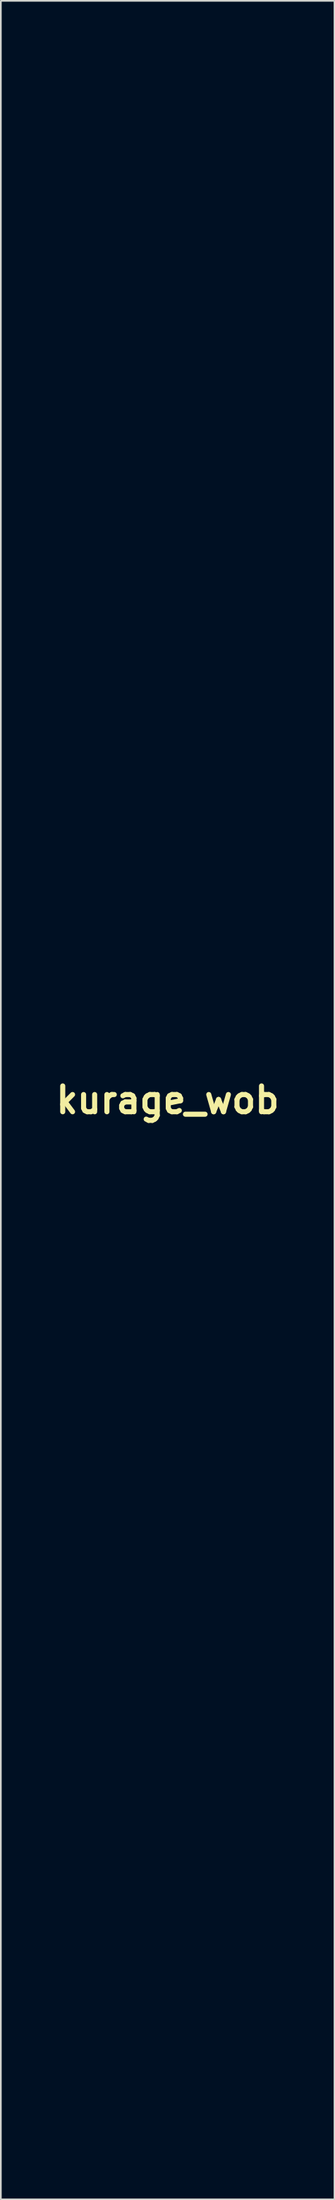
<source format=kicad_pcb>
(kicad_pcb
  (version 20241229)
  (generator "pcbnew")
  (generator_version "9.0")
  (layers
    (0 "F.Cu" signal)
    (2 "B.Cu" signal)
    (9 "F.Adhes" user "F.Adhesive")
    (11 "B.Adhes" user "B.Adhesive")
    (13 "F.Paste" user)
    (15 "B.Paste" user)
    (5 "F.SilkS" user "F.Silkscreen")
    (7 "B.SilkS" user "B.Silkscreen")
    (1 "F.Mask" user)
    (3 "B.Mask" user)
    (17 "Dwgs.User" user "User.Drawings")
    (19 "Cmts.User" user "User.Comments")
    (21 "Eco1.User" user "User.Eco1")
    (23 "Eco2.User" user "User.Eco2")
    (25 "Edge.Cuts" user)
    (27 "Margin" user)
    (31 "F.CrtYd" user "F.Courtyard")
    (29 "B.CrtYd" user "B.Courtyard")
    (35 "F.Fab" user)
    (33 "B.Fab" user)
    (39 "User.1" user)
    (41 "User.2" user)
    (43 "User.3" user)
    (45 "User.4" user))
  (footprint "kurage_wob"
    (layer "F.Cu")
    (at 6.865 61.896)
    (property "Reference" "kurage_wob" (at 0 0 0) (layer "F.SilkS") (effects (font (size 1.524 1.524) (thickness 0.3))))
    (attr through_hole)
    (fp_poly (pts (xy 1.574 -59.61) (xy 1.574 -57.328) (xy 1.528 -57.43) (xy 1.415 -57.647) (xy 1.284 -57.837) (xy 1.133 -58.002) (xy 0.96 -58.145) (xy 0.763 -58.266) (xy 0.539 -58.367) (xy 0.422 -58.41) (xy 0.342 -58.433) (xy 0.239 -58.46) (xy 0.123 -58.486) (xy 0.003 -58.511) (xy -0.11 -58.532) (xy -0.207 -58.547) (xy -0.224 -58.549) (xy -0.322 -58.56) (xy -0.322 -59.233) (xy -0.694 -59.233) (xy -0.694 -57.541) (xy -0.817 -57.592) (xy -0.887 -57.62) (xy -0.965 -57.65) (xy -1.043 -57.679) (xy -1.115 -57.704) (xy -1.174 -57.724) (xy -1.214 -57.737) (xy -1.228 -57.739) (xy -1.235 -57.721) (xy -1.249 -57.678) (xy -1.267 -57.618) (xy -1.287 -57.548) (xy -1.308 -57.476) (xy -1.327 -57.409) (xy -1.341 -57.354) (xy -1.35 -57.319) (xy -1.351 -57.311) (xy -1.334 -57.303) (xy -1.292 -57.287) (xy -1.228 -57.262) (xy -1.15 -57.233) (xy -1.109 -57.218) (xy -0.812 -57.097) (xy -0.523 -56.96) (xy -0.249 -56.811) (xy 0.003 -56.653) (xy 0.163 -56.54) (xy 0.23 -56.49) (xy 0.286 -56.448) (xy 0.326 -56.419) (xy 0.346 -56.405) (xy 0.347 -56.405) (xy 0.36 -56.418) (xy 0.386 -56.451) (xy 0.418 -56.497) (xy 0.452 -56.547) (xy 0.482 -56.592) (xy 0.503 -56.626) (xy 0.508 -56.639) (xy 0.496 -56.658) (xy 0.464 -56.696) (xy 0.416 -56.748) (xy 0.357 -56.808) (xy 0.29 -56.874) (xy 0.222 -56.94) (xy 0.156 -57.001) (xy 0.096 -57.054) (xy 0.059 -57.085) (xy -0.014 -57.142) (xy -0.1 -57.204) (xy -0.18 -57.26) (xy -0.191 -57.267) (xy -0.322 -57.355) (xy -0.322 -58.1) (xy -0.241 -58.09) (xy -0.054 -58.062) (xy 0.113 -58.031) (xy 0.256 -57.999) (xy 0.305 -57.985) (xy 0.419 -57.947) (xy 0.546 -57.895) (xy 0.674 -57.835) (xy 0.793 -57.772) (xy 0.891 -57.711) (xy 0.904 -57.703) (xy 0.994 -57.63) (xy 1.093 -57.537) (xy 1.19 -57.434) (xy 1.277 -57.33) (xy 1.338 -57.245) (xy 1.413 -57.129) (xy 1.494 -57.22) (xy 1.574 -57.311) (xy 1.574 -51.113) (xy 1.574 -44.916) (xy 1.528 -45.018) (xy 1.415 -45.235) (xy 1.284 -45.425) (xy 1.133 -45.59) (xy 0.96 -45.732) (xy 0.763 -45.853) (xy 0.539 -45.955) (xy 0.422 -45.998) (xy 0.342 -46.021) (xy 0.239 -46.047) (xy 0.123 -46.074) (xy 0.003 -46.099) (xy -0.11 -46.12) (xy -0.207 -46.134) (xy -0.224 -46.137) (xy -0.322 -46.148) (xy -0.322 -46.821) (xy -0.694 -46.821) (xy -0.694 -45.975) (xy -0.694 -45.129) (xy -0.817 -45.18) (xy -0.887 -45.208) (xy -0.965 -45.238) (xy -1.043 -45.267) (xy -1.115 -45.292) (xy -1.174 -45.312) (xy -1.214 -45.324) (xy -1.228 -45.327) (xy -1.235 -45.309) (xy -1.249 -45.266) (xy -1.267 -45.206) (xy -1.287 -45.136) (xy -1.308 -45.064) (xy -1.327 -44.997) (xy -1.341 -44.942) (xy -1.35 -44.907) (xy -1.351 -44.898) (xy -1.334 -44.891) (xy -1.292 -44.875) (xy -1.228 -44.85) (xy -1.15 -44.821) (xy -1.109 -44.806) (xy -0.812 -44.685) (xy -0.523 -44.548) (xy -0.249 -44.399) (xy 0.003 -44.241) (xy 0.163 -44.127) (xy 0.23 -44.078) (xy 0.286 -44.036) (xy 0.326 -44.007) (xy 0.346 -43.993) (xy 0.347 -43.993) (xy 0.36 -44.006) (xy 0.386 -44.039) (xy 0.418 -44.085) (xy 0.452 -44.134) (xy 0.482 -44.18) (xy 0.503 -44.214) (xy 0.508 -44.227) (xy 0.496 -44.246) (xy 0.464 -44.284) (xy 0.416 -44.335) (xy 0.357 -44.396) (xy 0.29 -44.462) (xy 0.222 -44.528) (xy 0.156 -44.589) (xy 0.096 -44.642) (xy 0.059 -44.673) (xy -0.014 -44.729) (xy -0.1 -44.792) (xy -0.18 -44.848) (xy -0.191 -44.855) (xy -0.322 -44.943) (xy -0.322 -45.688) (xy -0.241 -45.677) (xy -0.054 -45.65) (xy 0.113 -45.619) (xy 0.256 -45.587) (xy 0.305 -45.573) (xy 0.419 -45.535) (xy 0.546 -45.483) (xy 0.674 -45.423) (xy 0.793 -45.36) (xy 0.891 -45.299) (xy 0.904 -45.29) (xy 0.994 -45.218) (xy 1.093 -45.125) (xy 1.19 -45.022) (xy 1.277 -44.918) (xy 1.338 -44.833) (xy 1.413 -44.716) (xy 1.494 -44.808) (xy 1.574 -44.899) (xy 1.574 -38.693) (xy 1.574 -32.487) (xy 1.528 -32.588) (xy 1.415 -32.806) (xy 1.284 -32.996) (xy 1.133 -33.161) (xy 0.96 -33.303) (xy 0.763 -33.424) (xy 0.539 -33.526) (xy 0.422 -33.569) (xy 0.342 -33.592) (xy 0.239 -33.618) (xy 0.123 -33.645) (xy 0.003 -33.67) (xy -0.11 -33.691) (xy -0.207 -33.705) (xy -0.224 -33.708) (xy -0.322 -33.719) (xy -0.322 -34.392) (xy -0.694 -34.392) (xy -0.694 -32.7) (xy -0.817 -32.751) (xy -0.887 -32.779) (xy -0.965 -32.809) (xy -1.043 -32.838) (xy -1.115 -32.863) (xy -1.174 -32.883) (xy -1.214 -32.895) (xy -1.228 -32.898) (xy -1.235 -32.88) (xy -1.249 -32.837) (xy -1.267 -32.777) (xy -1.287 -32.707) (xy -1.308 -32.635) (xy -1.327 -32.568) (xy -1.341 -32.513) (xy -1.35 -32.478) (xy -1.351 -32.469) (xy -1.334 -32.462) (xy -1.292 -32.445) (xy -1.228 -32.421) (xy -1.15 -32.392) (xy -1.109 -32.376) (xy -0.812 -32.256) (xy -0.523 -32.119) (xy -0.249 -31.97) (xy 0.003 -31.812) (xy 0.163 -31.698) (xy 0.23 -31.649) (xy 0.286 -31.607) (xy 0.326 -31.578) (xy 0.346 -31.564) (xy 0.347 -31.564) (xy 0.36 -31.577) (xy 0.386 -31.61) (xy 0.418 -31.656) (xy 0.452 -31.705) (xy 0.482 -31.751) (xy 0.503 -31.785) (xy 0.508 -31.798) (xy 0.496 -31.817) (xy 0.464 -31.855) (xy 0.416 -31.906) (xy 0.357 -31.967) (xy 0.29 -32.033) (xy 0.222 -32.099) (xy 0.156 -32.16) (xy 0.096 -32.213) (xy 0.059 -32.244) (xy -0.014 -32.3) (xy -0.1 -32.363) (xy -0.18 -32.419) (xy -0.191 -32.426) (xy -0.322 -32.514) (xy -0.322 -33.259) (xy -0.241 -33.248) (xy -0.054 -33.221) (xy 0.113 -33.19) (xy 0.256 -33.157) (xy 0.305 -33.144) (xy 0.419 -33.106) (xy 0.546 -33.054) (xy 0.674 -32.994) (xy 0.793 -32.931) (xy 0.891 -32.87) (xy 0.904 -32.861) (xy 0.994 -32.789) (xy 1.093 -32.696) (xy 1.19 -32.593) (xy 1.277 -32.489) (xy 1.338 -32.404) (xy 1.413 -32.287) (xy 1.494 -32.379) (xy 1.574 -32.47) (xy 1.574 -26.272) (xy 1.574 -20.074) (xy 1.528 -20.176) (xy 1.415 -20.393) (xy 1.284 -20.584) (xy 1.133 -20.749) (xy 0.96 -20.891) (xy 0.763 -21.012) (xy 0.539 -21.114) (xy 0.422 -21.156) (xy 0.342 -21.18) (xy 0.239 -21.206) (xy 0.123 -21.233) (xy 0.003 -21.258) (xy -0.11 -21.279) (xy -0.207 -21.293) (xy -0.224 -21.295) (xy -0.322 -21.307) (xy -0.322 -21.979) (xy -0.694 -21.979) (xy -0.694 -20.288) (xy -0.817 -20.339) (xy -0.887 -20.367) (xy -0.965 -20.397) (xy -1.043 -20.426) (xy -1.115 -20.451) (xy -1.174 -20.471) (xy -1.214 -20.483) (xy -1.228 -20.485) (xy -1.235 -20.467) (xy -1.249 -20.425) (xy -1.267 -20.365) (xy -1.287 -20.295) (xy -1.308 -20.223) (xy -1.327 -20.156) (xy -1.341 -20.101) (xy -1.35 -20.066) (xy -1.351 -20.057) (xy -1.334 -20.05) (xy -1.292 -20.033) (xy -1.228 -20.009) (xy -1.15 -19.98) (xy -1.109 -19.964) (xy -0.812 -19.844) (xy -0.523 -19.707) (xy -0.249 -19.558) (xy 0.003 -19.4) (xy 0.163 -19.286) (xy 0.23 -19.236) (xy 0.286 -19.195) (xy 0.326 -19.166) (xy 0.346 -19.152) (xy 0.347 -19.152) (xy 0.36 -19.165) (xy 0.386 -19.198) (xy 0.418 -19.243) (xy 0.452 -19.293) (xy 0.482 -19.339) (xy 0.503 -19.373) (xy 0.508 -19.385) (xy 0.496 -19.405) (xy 0.464 -19.443) (xy 0.416 -19.494) (xy 0.357 -19.555) (xy 0.29 -19.621) (xy 0.222 -19.687) (xy 0.156 -19.748) (xy 0.096 -19.801) (xy 0.059 -19.832) (xy -0.014 -19.888) (xy -0.1 -19.951) (xy -0.18 -20.007) (xy -0.191 -20.014) (xy -0.322 -20.102) (xy -0.322 -20.847) (xy -0.241 -20.836) (xy -0.054 -20.808) (xy 0.113 -20.778) (xy 0.256 -20.745) (xy 0.305 -20.732) (xy 0.419 -20.694) (xy 0.546 -20.642) (xy 0.674 -20.582) (xy 0.793 -20.519) (xy 0.891 -20.458) (xy 0.904 -20.449) (xy 0.994 -20.376) (xy 1.093 -20.284) (xy 1.19 -20.181) (xy 1.277 -20.077) (xy 1.338 -19.992) (xy 1.413 -19.875) (xy 1.494 -19.966) (xy 1.574 -20.058) (xy 1.574 -13.86) (xy 1.574 -7.662) (xy 1.528 -7.764) (xy 1.415 -7.981) (xy 1.284 -8.172) (xy 1.133 -8.337) (xy 0.96 -8.479) (xy 0.763 -8.6) (xy 0.539 -8.702) (xy 0.422 -8.744) (xy 0.342 -8.768) (xy 0.239 -8.794) (xy 0.123 -8.821) (xy 0.003 -8.846) (xy -0.11 -8.866) (xy -0.207 -8.881) (xy -0.224 -8.883) (xy -0.322 -8.895) (xy -0.322 -9.567) (xy -0.694 -9.567) (xy -0.694 -7.876) (xy -0.817 -7.927) (xy -0.887 -7.955) (xy -0.965 -7.985) (xy -1.043 -8.013) (xy -1.115 -8.039) (xy -1.174 -8.059) (xy -1.214 -8.071) (xy -1.228 -8.073) (xy -1.235 -8.055) (xy -1.249 -8.013) (xy -1.267 -7.953) (xy -1.287 -7.883) (xy -1.308 -7.811) (xy -1.327 -7.744) (xy -1.341 -7.689) (xy -1.35 -7.654) (xy -1.351 -7.645) (xy -1.334 -7.638) (xy -1.292 -7.621) (xy -1.228 -7.597) (xy -1.15 -7.568) (xy -1.109 -7.552) (xy -0.812 -7.432) (xy -0.523 -7.295) (xy -0.249 -7.146) (xy 0.003 -6.988) (xy 0.163 -6.874) (xy 0.23 -6.824) (xy 0.286 -6.783) (xy 0.326 -6.753) (xy 0.346 -6.74) (xy 0.347 -6.739) (xy 0.36 -6.752) (xy 0.386 -6.786) (xy 0.418 -6.831) (xy 0.452 -6.881) (xy 0.482 -6.927) (xy 0.503 -6.961) (xy 0.508 -6.973) (xy 0.496 -6.993) (xy 0.464 -7.03) (xy 0.416 -7.082) (xy 0.357 -7.143) (xy 0.29 -7.209) (xy 0.222 -7.274) (xy 0.156 -7.336) (xy 0.096 -7.389) (xy 0.059 -7.419) (xy -0.014 -7.476) (xy -0.1 -7.539) (xy -0.18 -7.595) (xy -0.191 -7.602) (xy -0.322 -7.689) (xy -0.322 -8.435) (xy -0.241 -8.424) (xy -0.054 -8.396) (xy 0.113 -8.366) (xy 0.256 -8.333) (xy 0.305 -8.32) (xy 0.419 -8.281) (xy 0.546 -8.23) (xy 0.674 -8.17) (xy 0.793 -8.107) (xy 0.891 -8.046) (xy 0.904 -8.037) (xy 0.994 -7.964) (xy 1.093 -7.872) (xy 1.19 -7.769) (xy 1.277 -7.665) (xy 1.338 -7.58) (xy 1.413 -7.463) (xy 1.494 -7.554) (xy 1.574 -7.645) (xy 1.574 -1.439) (xy 1.574 4.767) (xy 1.528 4.665) (xy 1.415 4.448) (xy 1.284 4.257) (xy 1.133 4.092) (xy 0.96 3.95) (xy 0.763 3.829) (xy 0.539 3.727) (xy 0.422 3.685) (xy 0.342 3.661) (xy 0.239 3.635) (xy 0.123 3.608) (xy 0.003 3.584) (xy -0.11 3.563) (xy -0.207 3.548) (xy -0.224 3.546) (xy -0.322 3.534) (xy -0.322 2.862) (xy -0.694 2.862) (xy -0.694 4.553) (xy -0.817 4.502) (xy -0.887 4.474) (xy -0.965 4.444) (xy -1.043 4.416) (xy -1.115 4.39) (xy -1.174 4.37) (xy -1.214 4.358) (xy -1.228 4.356) (xy -1.235 4.374) (xy -1.249 4.416) (xy -1.267 4.476) (xy -1.287 4.546) (xy -1.308 4.618) (xy -1.327 4.685) (xy -1.341 4.74) (xy -1.35 4.775) (xy -1.351 4.784) (xy -1.334 4.791) (xy -1.292 4.808) (xy -1.228 4.832) (xy -1.15 4.862) (xy -1.109 4.877) (xy -0.812 4.997) (xy -0.523 5.134) (xy -0.249 5.284) (xy 0.003 5.441) (xy 0.163 5.555) (xy 0.23 5.605) (xy 0.286 5.646) (xy 0.326 5.676) (xy 0.346 5.689) (xy 0.347 5.69) (xy 0.36 5.677) (xy 0.386 5.643) (xy 0.418 5.598) (xy 0.452 5.548) (xy 0.482 5.502) (xy 0.503 5.468) (xy 0.508 5.456) (xy 0.496 5.436) (xy 0.464 5.399) (xy 0.416 5.347) (xy 0.357 5.286) (xy 0.29 5.221) (xy 0.222 5.155) (xy 0.156 5.093) (xy 0.096 5.04) (xy 0.059 5.01) (xy -0.014 4.953) (xy -0.1 4.89) (xy -0.18 4.834) (xy -0.191 4.827) (xy -0.322 4.74) (xy -0.322 3.994) (xy -0.241 4.005) (xy -0.054 4.033) (xy 0.113 4.063) (xy 0.256 4.096) (xy 0.305 4.109) (xy 0.419 4.148) (xy 0.546 4.199) (xy 0.674 4.259) (xy 0.793 4.323) (xy 0.891 4.383) (xy 0.904 4.392) (xy 0.994 4.465) (xy 1.093 4.558) (xy 1.19 4.661) (xy 1.277 4.764) (xy 1.338 4.85) (xy 1.413 4.966) (xy 1.574 4.784) (xy 1.574 10.981) (xy 1.574 17.179) (xy 1.528 17.077) (xy 1.415 16.86) (xy 1.284 16.67) (xy 1.133 16.504) (xy 0.96 16.362) (xy 0.763 16.241) (xy 0.539 16.139) (xy 0.422 16.097) (xy 0.342 16.073) (xy 0.239 16.047) (xy 0.123 16.02) (xy 0.003 15.996) (xy -0.11 15.975) (xy -0.207 15.96) (xy -0.224 15.958) (xy -0.322 15.947) (xy -0.322 15.274) (xy -0.694 15.274) (xy -0.694 16.965) (xy -0.817 16.915) (xy -0.887 16.886) (xy -0.965 16.857) (xy -1.043 16.828) (xy -1.115 16.802) (xy -1.174 16.782) (xy -1.214 16.77) (xy -1.228 16.768) (xy -1.235 16.786) (xy -1.249 16.829) (xy -1.267 16.889) (xy -1.287 16.958) (xy -1.308 17.03) (xy -1.327 17.098) (xy -1.341 17.152) (xy -1.35 17.187) (xy -1.351 17.196) (xy -1.334 17.203) (xy -1.292 17.22) (xy -1.228 17.244) (xy -1.15 17.274) (xy -1.109 17.289) (xy -0.812 17.41) (xy -0.523 17.546) (xy -0.249 17.696) (xy 0.003 17.854) (xy 0.163 17.967) (xy 0.23 18.017) (xy 0.286 18.058) (xy 0.326 18.088) (xy 0.346 18.101) (xy 0.347 18.102) (xy 0.36 18.089) (xy 0.386 18.055) (xy 0.418 18.01) (xy 0.452 17.96) (xy 0.482 17.914) (xy 0.503 17.881) (xy 0.508 17.868) (xy 0.496 17.848) (xy 0.464 17.811) (xy 0.416 17.759) (xy 0.357 17.698) (xy 0.29 17.633) (xy 0.222 17.567) (xy 0.156 17.505) (xy 0.096 17.452) (xy 0.059 17.422) (xy -0.014 17.365) (xy -0.1 17.302) (xy -0.18 17.246) (xy -0.191 17.239) (xy -0.322 17.152) (xy -0.322 16.406) (xy -0.241 16.417) (xy -0.054 16.445) (xy 0.113 16.476) (xy 0.256 16.508) (xy 0.305 16.521) (xy 0.419 16.56) (xy 0.546 16.612) (xy 0.674 16.672) (xy 0.793 16.735) (xy 0.891 16.796) (xy 0.904 16.804) (xy 0.994 16.877) (xy 1.093 16.97) (xy 1.19 17.073) (xy 1.277 17.176) (xy 1.338 17.262) (xy 1.413 17.378) (xy 1.494 17.287) (xy 1.574 17.196) (xy 1.574 23.393) (xy 1.574 29.591) (xy 1.528 29.489) (xy 1.415 29.272) (xy 1.284 29.082) (xy 1.133 28.916) (xy 0.96 28.774) (xy 0.763 28.653) (xy 0.539 28.552) (xy 0.422 28.509) (xy 0.342 28.485) (xy 0.239 28.459) (xy 0.123 28.433) (xy 0.003 28.408) (xy -0.11 28.387) (xy -0.207 28.372) (xy -0.224 28.37) (xy -0.322 28.359) (xy -0.322 27.686) (xy -0.694 27.686) (xy -0.694 29.377) (xy -0.817 29.327) (xy -0.887 29.298) (xy -0.965 29.269) (xy -1.043 29.24) (xy -1.115 29.214) (xy -1.174 29.194) (xy -1.214 29.182) (xy -1.228 29.18) (xy -1.235 29.198) (xy -1.249 29.241) (xy -1.267 29.301) (xy -1.287 29.37) (xy -1.308 29.442) (xy -1.327 29.51) (xy -1.341 29.564) (xy -1.35 29.599) (xy -1.351 29.608) (xy -1.334 29.615) (xy -1.292 29.632) (xy -1.228 29.656) (xy -1.15 29.686) (xy -1.109 29.701) (xy -0.812 29.822) (xy -0.523 29.959) (xy -0.249 30.108) (xy 0.003 30.266) (xy 0.163 30.379) (xy 0.23 30.429) (xy 0.286 30.471) (xy 0.326 30.5) (xy 0.346 30.513) (xy 0.347 30.514) (xy 0.36 30.501) (xy 0.386 30.468) (xy 0.418 30.422) (xy 0.452 30.372) (xy 0.482 30.326) (xy 0.503 30.293) (xy 0.508 30.28) (xy 0.496 30.261) (xy 0.464 30.223) (xy 0.416 30.171) (xy 0.357 30.11) (xy 0.29 30.045) (xy 0.222 29.979) (xy 0.156 29.917) (xy 0.096 29.865) (xy 0.059 29.834) (xy -0.014 29.777) (xy -0.1 29.715) (xy -0.18 29.658) (xy -0.191 29.652) (xy -0.322 29.564) (xy -0.322 28.818) (xy -0.241 28.829) (xy -0.054 28.857) (xy 0.113 28.888) (xy 0.256 28.92) (xy 0.305 28.933) (xy 0.419 28.972) (xy 0.546 29.024) (xy 0.674 29.084) (xy 0.793 29.147) (xy 0.891 29.208) (xy 0.904 29.216) (xy 0.994 29.289) (xy 1.093 29.382) (xy 1.19 29.485) (xy 1.277 29.589) (xy 1.338 29.674) (xy 1.413 29.79) (xy 1.494 29.699) (xy 1.574 29.608) (xy 1.574 35.806) (xy 1.574 42.003) (xy 1.528 41.901) (xy 1.415 41.684) (xy 1.284 41.494) (xy 1.133 41.329) (xy 0.96 41.186) (xy 0.763 41.065) (xy 0.539 40.964) (xy 0.422 40.921) (xy 0.342 40.898) (xy 0.239 40.871) (xy 0.123 40.845) (xy 0.003 40.82) (xy -0.11 40.799) (xy -0.207 40.784) (xy -0.224 40.782) (xy -0.322 40.771) (xy -0.322 40.098) (xy -0.694 40.098) (xy -0.694 41.79) (xy -0.817 41.739) (xy -0.887 41.711) (xy -0.965 41.681) (xy -1.043 41.652) (xy -1.115 41.627) (xy -1.174 41.606) (xy -1.214 41.594) (xy -1.228 41.592) (xy -1.235 41.61) (xy -1.249 41.653) (xy -1.267 41.713) (xy -1.287 41.782) (xy -1.308 41.855) (xy -1.327 41.922) (xy -1.341 41.977) (xy -1.35 42.012) (xy -1.351 42.02) (xy -1.334 42.028) (xy -1.292 42.044) (xy -1.228 42.068) (xy -1.15 42.098) (xy -1.109 42.113) (xy -0.812 42.234) (xy -0.523 42.371) (xy -0.249 42.52) (xy 0.003 42.678) (xy 0.163 42.791) (xy 0.23 42.841) (xy 0.286 42.883) (xy 0.326 42.912) (xy 0.346 42.926) (xy 0.347 42.926) (xy 0.36 42.913) (xy 0.386 42.88) (xy 0.418 42.834) (xy 0.452 42.784) (xy 0.482 42.739) (xy 0.503 42.705) (xy 0.508 42.692) (xy 0.496 42.673) (xy 0.464 42.635) (xy 0.416 42.583) (xy 0.357 42.523) (xy 0.29 42.457) (xy 0.222 42.391) (xy 0.156 42.329) (xy 0.096 42.277) (xy 0.059 42.246) (xy -0.014 42.189) (xy -0.1 42.127) (xy -0.18 42.071) (xy -0.191 42.064) (xy -0.322 41.976) (xy -0.322 41.231) (xy -0.241 41.241) (xy -0.054 41.269) (xy 0.113 41.3) (xy 0.256 41.332) (xy 0.305 41.346) (xy 0.419 41.384) (xy 0.546 41.436) (xy 0.674 41.496) (xy 0.793 41.559) (xy 0.891 41.62) (xy 0.904 41.628) (xy 0.994 41.701) (xy 1.093 41.794) (xy 1.19 41.897) (xy 1.277 42.001) (xy 1.338 42.086) (xy 1.413 42.202) (xy 1.494 42.111) (xy 1.574 42.02) (xy 1.574 48.226) (xy 1.574 54.432) (xy 1.528 54.33) (xy 1.415 54.113) (xy 1.284 53.923) (xy 1.133 53.758) (xy 0.96 53.615) (xy 0.763 53.494) (xy 0.539 53.393) (xy 0.422 53.35) (xy 0.342 53.327) (xy 0.239 53.3) (xy 0.123 53.274) (xy 0.003 53.249) (xy -0.11 53.228) (xy -0.207 53.213) (xy -0.224 53.211) (xy -0.322 53.2) (xy -0.322 52.527) (xy -0.694 52.527) (xy -0.694 54.219) (xy -0.817 54.168) (xy -0.887 54.14) (xy -0.965 54.11) (xy -1.043 54.081) (xy -1.115 54.056) (xy -1.174 54.036) (xy -1.214 54.023) (xy -1.228 54.021) (xy -1.235 54.039) (xy -1.249 54.082) (xy -1.267 54.142) (xy -1.287 54.212) (xy -1.308 54.284) (xy -1.327 54.351) (xy -1.341 54.406) (xy -1.35 54.441) (xy -1.351 54.449) (xy -1.334 54.457) (xy -1.292 54.473) (xy -1.228 54.498) (xy -1.15 54.527) (xy -1.109 54.542) (xy -0.812 54.663) (xy -0.523 54.8) (xy -0.249 54.949) (xy 0.003 55.107) (xy 0.163 55.22) (xy 0.23 55.27) (xy 0.286 55.312) (xy 0.326 55.341) (xy 0.346 55.355) (xy 0.347 55.355) (xy 0.36 55.342) (xy 0.386 55.309) (xy 0.418 55.263) (xy 0.452 55.213) (xy 0.482 55.168) (xy 0.503 55.134) (xy 0.508 55.121) (xy 0.496 55.102) (xy 0.464 55.064) (xy 0.416 55.012) (xy 0.357 54.952) (xy 0.29 54.886) (xy 0.222 54.82) (xy 0.156 54.759) (xy 0.096 54.706) (xy 0.059 54.675) (xy -0.014 54.618) (xy -0.1 54.556) (xy -0.18 54.5) (xy -0.191 54.493) (xy -0.322 54.405) (xy -0.322 53.66) (xy -0.241 53.67) (xy -0.054 53.698) (xy 0.113 53.729) (xy 0.256 53.761) (xy 0.305 53.775) (xy 0.419 53.813) (xy 0.546 53.865) (xy 0.674 53.925) (xy 0.793 53.988) (xy 0.891 54.049) (xy 0.904 54.057) (xy 0.994 54.13) (xy 1.093 54.223) (xy 1.19 54.326) (xy 1.277 54.43) (xy 1.338 54.515) (xy 1.413 54.631) (xy 1.494 54.54) (xy 1.574 54.449) (xy 1.575 58.17) (xy 1.575 61.891) (xy 0.217 61.891) (xy 0.286 61.811) (xy 0.354 61.731) (xy 0.31 61.655) (xy 0.204 61.496) (xy 0.072 61.336) (xy -0.081 61.181) (xy -0.248 61.038) (xy -0.324 60.981) (xy -0.457 60.884) (xy -0.457 59.805) (xy -0.368 59.817) (xy -0.248 59.841) (xy -0.111 59.879) (xy 0.031 59.929) (xy 0.166 59.987) (xy 0.168 59.988) (xy 0.403 60.117) (xy 0.622 60.275) (xy 0.823 60.459) (xy 1.002 60.665) (xy 1.156 60.891) (xy 1.284 61.134) (xy 1.297 61.164) (xy 1.378 61.351) (xy 1.565 61.164) (xy 1.495 60.955) (xy 1.39 60.675) (xy 1.268 60.424) (xy 1.13 60.201) (xy 0.973 60.006) (xy 0.797 59.836) (xy 0.601 59.691) (xy 0.384 59.571) (xy 0.145 59.472) (xy 0.113 59.461) (xy -0.106 59.397) (xy -0.311 59.356) (xy -0.511 59.337) (xy -0.608 59.334) (xy -0.813 59.334) (xy -0.813 60.635) (xy -1.009 60.55) (xy -1.083 60.519) (xy -1.145 60.493) (xy -1.19 60.477) (xy -1.21 60.471) (xy -1.21 60.471) (xy -1.221 60.493) (xy -1.239 60.538) (xy -1.26 60.599) (xy -1.283 60.669) (xy -1.305 60.741) (xy -1.324 60.806) (xy -1.337 60.857) (xy -1.343 60.888) (xy -1.342 60.893) (xy -1.323 60.904) (xy -1.278 60.926) (xy -1.216 60.955) (xy -1.142 60.989) (xy -1.14 60.99) (xy -0.808 61.156) (xy -0.49 61.346) (xy -0.191 61.558) (xy 0.082 61.787) (xy 0.093 61.797) (xy 0.195 61.891) (xy -0.682 61.891) (xy -1.558 61.891) (xy -1.558 58.488) (xy -0.44 58.488) (xy -0.085 58.488) (xy -0.085 57.48) (xy -0.085 57.27) (xy -0.084 57.091) (xy -0.084 56.941) (xy -0.083 56.818) (xy -0.082 56.718) (xy -0.081 56.639) (xy -0.079 56.579) (xy -0.076 56.536) (xy -0.073 56.506) (xy -0.069 56.487) (xy -0.064 56.477) (xy -0.059 56.473) (xy -0.055 56.473) (xy -0.011 56.479) (xy 0.054 56.495) (xy 0.132 56.519) (xy 0.213 56.548) (xy 0.289 56.578) (xy 0.318 56.591) (xy 0.514 56.701) (xy 0.7 56.841) (xy 0.872 57.01) (xy 1.028 57.203) (xy 1.167 57.42) (xy 1.286 57.657) (xy 1.314 57.723) (xy 1.343 57.794) (xy 1.368 57.852) (xy 1.385 57.891) (xy 1.392 57.904) (xy 1.407 57.897) (xy 1.437 57.871) (xy 1.474 57.835) (xy 1.549 57.759) (xy 1.509 57.603) (xy 1.443 57.387) (xy 1.357 57.173) (xy 1.256 56.971) (xy 1.144 56.789) (xy 1.116 56.75) (xy 0.963 56.567) (xy 0.789 56.406) (xy 0.598 56.267) (xy 0.394 56.154) (xy 0.18 56.067) (xy -0.039 56.011) (xy -0.25 55.986) (xy -0.44 55.977) (xy -0.44 58.488) (xy -1.558 58.488) (xy -1.558 56.286) (xy -1.185 56.286) (xy -1.185 58.217) (xy -0.83 58.217) (xy -0.83 56.286) (xy -1.185 56.286) (xy -1.558 56.286) (xy -1.558 53.094) (xy -1.34 53.094) (xy -1.165 53.308) (xy -1.078 53.226) (xy -1.019 53.175) (xy -0.947 53.117) (xy -0.877 53.064) (xy -0.872 53.061) (xy -0.818 53.023) (xy -0.775 52.993) (xy -0.75 52.975) (xy -0.747 52.973) (xy -0.752 52.957) (xy -0.773 52.922) (xy -0.806 52.874) (xy -0.846 52.821) (xy -0.868 52.793) (xy -0.906 52.745) (xy -1.025 52.829) (xy -1.097 52.883) (xy -1.174 52.945) (xy -1.239 53.002) (xy -1.241 53.004) (xy -1.34 53.094) (xy -1.558 53.094) (xy -1.558 52.69) (xy -1.517 52.69) (xy -1.503 52.713) (xy -1.475 52.754) (xy -1.437 52.803) (xy -1.437 52.804) (xy -1.365 52.897) (xy -1.248 52.796) (xy -1.18 52.74) (xy -1.107 52.681) (xy -1.042 52.633) (xy -1.032 52.626) (xy -0.933 52.556) (xy -0.983 52.486) (xy -1.02 52.436) (xy -1.055 52.39) (xy -1.066 52.375) (xy -1.098 52.333) (xy -1.188 52.396) (xy -1.256 52.445) (xy -1.325 52.499) (xy -1.39 52.554) (xy -1.447 52.605) (xy -1.49 52.649) (xy -1.514 52.679) (xy -1.517 52.69) (xy -1.558 52.69) (xy -1.558 48.459) (xy -1.343 48.459) (xy -1.342 48.464) (xy -1.323 48.475) (xy -1.278 48.497) (xy -1.216 48.526) (xy -1.142 48.56) (xy -1.14 48.561) (xy -0.894 48.681) (xy -0.652 48.816) (xy -0.422 48.962) (xy -0.208 49.115) (xy -0.017 49.271) (xy 0.093 49.374) (xy 0.14 49.42) (xy 0.178 49.455) (xy 0.2 49.474) (xy 0.203 49.476) (xy 0.217 49.464) (xy 0.246 49.433) (xy 0.283 49.389) (xy 0.354 49.301) (xy 0.31 49.225) (xy 0.205 49.069) (xy 0.075 48.91) (xy -0.076 48.756) (xy -0.242 48.614) (xy -0.324 48.552) (xy -0.457 48.455) (xy -0.457 47.376) (xy -0.368 47.388) (xy -0.248 47.412) (xy -0.111 47.45) (xy 0.031 47.5) (xy 0.166 47.558) (xy 0.168 47.558) (xy 0.403 47.688) (xy 0.622 47.846) (xy 0.823 48.03) (xy 1.002 48.236) (xy 1.156 48.462) (xy 1.284 48.705) (xy 1.297 48.735) (xy 1.378 48.922) (xy 1.472 48.829) (xy 1.565 48.735) (xy 1.495 48.526) (xy 1.39 48.246) (xy 1.268 47.995) (xy 1.13 47.772) (xy 0.973 47.577) (xy 0.797 47.407) (xy 0.601 47.262) (xy 0.384 47.141) (xy 0.145 47.043) (xy 0.113 47.032) (xy -0.106 46.968) (xy -0.311 46.927) (xy -0.511 46.908) (xy -0.608 46.905) (xy -0.813 46.905) (xy -0.813 48.206) (xy -1.009 48.121) (xy -1.083 48.09) (xy -1.145 48.064) (xy -1.19 48.048) (xy -1.21 48.042) (xy -1.21 48.042) (xy -1.221 48.064) (xy -1.239 48.109) (xy -1.26 48.17) (xy -1.283 48.24) (xy -1.305 48.312) (xy -1.324 48.377) (xy -1.337 48.428) (xy -1.343 48.459) (xy -1.558 48.459) (xy -1.558 46.059) (xy -0.44 46.059) (xy -0.085 46.059) (xy -0.085 45.051) (xy -0.085 44.841) (xy -0.084 44.662) (xy -0.084 44.512) (xy -0.083 44.389) (xy -0.082 44.289) (xy -0.081 44.21) (xy -0.079 44.15) (xy -0.076 44.107) (xy -0.073 44.077) (xy -0.069 44.058) (xy -0.064 44.048) (xy -0.059 44.044) (xy -0.055 44.044) (xy -0.011 44.05) (xy 0.054 44.066) (xy 0.132 44.09) (xy 0.213 44.119) (xy 0.289 44.149) (xy 0.318 44.162) (xy 0.514 44.272) (xy 0.7 44.412) (xy 0.872 44.581) (xy 1.028 44.774) (xy 1.167 44.991) (xy 1.286 45.227) (xy 1.314 45.294) (xy 1.343 45.364) (xy 1.368 45.423) (xy 1.385 45.462) (xy 1.392 45.475) (xy 1.407 45.468) (xy 1.437 45.442) (xy 1.474 45.406) (xy 1.549 45.33) (xy 1.509 45.174) (xy 1.443 44.958) (xy 1.357 44.744) (xy 1.256 44.542) (xy 1.144 44.36) (xy 1.116 44.321) (xy 0.963 44.138) (xy 0.789 43.977) (xy 0.598 43.838) (xy 0.394 43.724) (xy 0.18 43.638) (xy -0.039 43.581) (xy -0.25 43.557) (xy -0.44 43.548) (xy -0.44 46.059) (xy -1.558 46.059) (xy -1.558 43.857) (xy -1.185 43.857) (xy -1.185 45.788) (xy -0.83 45.788) (xy -0.83 43.857) (xy -1.185 43.857) (xy -1.558 43.857) (xy -1.558 40.665) (xy -1.34 40.665) (xy -1.165 40.879) (xy -1.078 40.797) (xy -1.019 40.746) (xy -0.947 40.688) (xy -0.877 40.635) (xy -0.872 40.632) (xy -0.818 40.594) (xy -0.775 40.564) (xy -0.75 40.546) (xy -0.747 40.544) (xy -0.752 40.528) (xy -0.773 40.493) (xy -0.806 40.445) (xy -0.846 40.392) (xy -0.868 40.364) (xy -0.906 40.316) (xy -1.025 40.4) (xy -1.097 40.454) (xy -1.174 40.516) (xy -1.239 40.573) (xy -1.241 40.574) (xy -1.34 40.665) (xy -1.558 40.665) (xy -1.558 40.261) (xy -1.517 40.261) (xy -1.503 40.284) (xy -1.475 40.325) (xy -1.437 40.374) (xy -1.437 40.375) (xy -1.365 40.468) (xy -1.248 40.367) (xy -1.18 40.311) (xy -1.107 40.252) (xy -1.042 40.204) (xy -1.032 40.196) (xy -0.933 40.127) (xy -0.983 40.057) (xy -1.02 40.007) (xy -1.055 39.961) (xy -1.066 39.946) (xy -1.098 39.904) (xy -1.188 39.967) (xy -1.256 40.016) (xy -1.325 40.07) (xy -1.39 40.125) (xy -1.447 40.176) (xy -1.49 40.219) (xy -1.514 40.25) (xy -1.517 40.261) (xy -1.558 40.261) (xy -1.558 36.047) (xy -1.343 36.047) (xy -1.342 36.052) (xy -1.323 36.063) (xy -1.278 36.085) (xy -1.216 36.114) (xy -1.142 36.148) (xy -1.14 36.149) (xy -0.894 36.269) (xy -0.652 36.404) (xy -0.422 36.55) (xy -0.208 36.703) (xy -0.017 36.859) (xy 0.093 36.962) (xy 0.14 37.007) (xy 0.178 37.043) (xy 0.2 37.062) (xy 0.203 37.064) (xy 0.217 37.052) (xy 0.246 37.021) (xy 0.283 36.977) (xy 0.354 36.889) (xy 0.31 36.813) (xy 0.205 36.657) (xy 0.075 36.498) (xy -0.076 36.344) (xy -0.242 36.202) (xy -0.324 36.14) (xy -0.457 36.043) (xy -0.457 34.964) (xy -0.368 34.976) (xy -0.248 35) (xy -0.111 35.038) (xy 0.031 35.088) (xy 0.166 35.145) (xy 0.168 35.146) (xy 0.403 35.276) (xy 0.622 35.434) (xy 0.823 35.618) (xy 1.002 35.824) (xy 1.156 36.05) (xy 1.284 36.293) (xy 1.297 36.323) (xy 1.378 36.51) (xy 1.565 36.323) (xy 1.495 36.114) (xy 1.39 35.834) (xy 1.268 35.583) (xy 1.13 35.36) (xy 0.973 35.165) (xy 0.797 34.995) (xy 0.601 34.85) (xy 0.384 34.729) (xy 0.145 34.631) (xy 0.113 34.62) (xy -0.106 34.556) (xy -0.311 34.515) (xy -0.511 34.495) (xy -0.608 34.493) (xy -0.813 34.493) (xy -0.813 35.794) (xy -1.009 35.709) (xy -1.083 35.677) (xy -1.145 35.652) (xy -1.19 35.636) (xy -1.21 35.63) (xy -1.21 35.63) (xy -1.221 35.652) (xy -1.239 35.697) (xy -1.26 35.758) (xy -1.283 35.828) (xy -1.305 35.899) (xy -1.324 35.965) (xy -1.337 36.016) (xy -1.343 36.047) (xy -1.558 36.047) (xy -1.558 33.647) (xy -0.44 33.647) (xy -0.085 33.647) (xy -0.085 32.639) (xy -0.085 32.429) (xy -0.084 32.25) (xy -0.084 32.1) (xy -0.083 31.976) (xy -0.082 31.877) (xy -0.081 31.798) (xy -0.079 31.738) (xy -0.076 31.694) (xy -0.073 31.665) (xy -0.069 31.646) (xy -0.064 31.636) (xy -0.059 31.632) (xy -0.055 31.631) (xy -0.011 31.638) (xy 0.054 31.654) (xy 0.132 31.678) (xy 0.213 31.707) (xy 0.289 31.737) (xy 0.318 31.75) (xy 0.514 31.86) (xy 0.7 32) (xy 0.872 32.168) (xy 1.028 32.362) (xy 1.167 32.578) (xy 1.286 32.815) (xy 1.314 32.882) (xy 1.343 32.952) (xy 1.368 33.011) (xy 1.385 33.05) (xy 1.392 33.063) (xy 1.407 33.056) (xy 1.437 33.03) (xy 1.474 32.994) (xy 1.549 32.918) (xy 1.509 32.762) (xy 1.443 32.546) (xy 1.357 32.332) (xy 1.256 32.129) (xy 1.144 31.948) (xy 1.116 31.909) (xy 0.963 31.726) (xy 0.789 31.565) (xy 0.598 31.426) (xy 0.394 31.312) (xy 0.18 31.226) (xy -0.039 31.169) (xy -0.25 31.145) (xy -0.44 31.136) (xy -0.44 33.647) (xy -1.558 33.647) (xy -1.558 31.445) (xy -1.185 31.445) (xy -1.185 33.376) (xy -0.83 33.376) (xy -0.83 31.445) (xy -1.185 31.445) (xy -1.558 31.445) (xy -1.558 28.253) (xy -1.34 28.253) (xy -1.252 28.36) (xy -1.165 28.467) (xy -1.078 28.385) (xy -1.019 28.333) (xy -0.947 28.275) (xy -0.877 28.223) (xy -0.872 28.22) (xy -0.818 28.182) (xy -0.775 28.151) (xy -0.75 28.134) (xy -0.747 28.132) (xy -0.752 28.116) (xy -0.773 28.081) (xy -0.806 28.033) (xy -0.846 27.98) (xy -0.868 27.952) (xy -0.906 27.904) (xy -1.025 27.988) (xy -1.097 28.042) (xy -1.174 28.104) (xy -1.239 28.161) (xy -1.241 28.162) (xy -1.34 28.253) (xy -1.558 28.253) (xy -1.558 27.849) (xy -1.517 27.849) (xy -1.503 27.872) (xy -1.475 27.912) (xy -1.437 27.962) (xy -1.437 27.962) (xy -1.365 28.056) (xy -1.248 27.955) (xy -1.18 27.898) (xy -1.107 27.84) (xy -1.042 27.792) (xy -1.032 27.784) (xy -0.933 27.714) (xy -0.983 27.645) (xy -1.02 27.595) (xy -1.055 27.549) (xy -1.066 27.534) (xy -1.098 27.492) (xy -1.188 27.554) (xy -1.256 27.603) (xy -1.325 27.658) (xy -1.39 27.713) (xy -1.447 27.764) (xy -1.49 27.807) (xy -1.514 27.838) (xy -1.517 27.849) (xy -1.558 27.849) (xy -1.558 23.635) (xy -1.343 23.635) (xy -1.342 23.64) (xy -1.323 23.651) (xy -1.278 23.673) (xy -1.216 23.702) (xy -1.142 23.736) (xy -1.14 23.737) (xy -0.894 23.857) (xy -0.652 23.992) (xy -0.422 24.138) (xy -0.208 24.291) (xy -0.017 24.447) (xy 0.093 24.549) (xy 0.14 24.595) (xy 0.178 24.631) (xy 0.2 24.65) (xy 0.203 24.651) (xy 0.217 24.64) (xy 0.246 24.609) (xy 0.283 24.565) (xy 0.354 24.477) (xy 0.31 24.401) (xy 0.205 24.244) (xy 0.075 24.086) (xy -0.076 23.932) (xy -0.242 23.79) (xy -0.324 23.727) (xy -0.457 23.631) (xy -0.457 22.552) (xy -0.368 22.564) (xy -0.248 22.588) (xy -0.111 22.626) (xy 0.031 22.676) (xy 0.166 22.733) (xy 0.168 22.734) (xy 0.403 22.864) (xy 0.622 23.022) (xy 0.823 23.206) (xy 1.002 23.412) (xy 1.156 23.638) (xy 1.284 23.88) (xy 1.297 23.911) (xy 1.378 24.097) (xy 1.472 24.004) (xy 1.565 23.911) (xy 1.495 23.702) (xy 1.39 23.422) (xy 1.268 23.171) (xy 1.13 22.948) (xy 0.973 22.753) (xy 0.797 22.583) (xy 0.601 22.438) (xy 0.384 22.317) (xy 0.145 22.219) (xy 0.113 22.208) (xy -0.106 22.144) (xy -0.311 22.103) (xy -0.511 22.083) (xy -0.608 22.081) (xy -0.813 22.081) (xy -0.813 23.382) (xy -1.009 23.297) (xy -1.083 23.265) (xy -1.145 23.24) (xy -1.19 23.223) (xy -1.21 23.218) (xy -1.21 23.218) (xy -1.221 23.24) (xy -1.239 23.285) (xy -1.26 23.346) (xy -1.283 23.416) (xy -1.305 23.487) (xy -1.324 23.553) (xy -1.337 23.604) (xy -1.343 23.635) (xy -1.558 23.635) (xy -1.558 21.234) (xy -0.44 21.234) (xy -0.085 21.234) (xy -0.085 20.227) (xy -0.085 20.017) (xy -0.084 19.838) (xy -0.084 19.688) (xy -0.083 19.564) (xy -0.082 19.464) (xy -0.081 19.386) (xy -0.079 19.326) (xy -0.076 19.282) (xy -0.073 19.252) (xy -0.069 19.234) (xy -0.064 19.224) (xy -0.059 19.22) (xy -0.055 19.219) (xy -0.011 19.225) (xy 0.054 19.242) (xy 0.132 19.266) (xy 0.213 19.295) (xy 0.289 19.325) (xy 0.318 19.337) (xy 0.514 19.448) (xy 0.7 19.588) (xy 0.872 19.756) (xy 1.028 19.95) (xy 1.167 20.166) (xy 1.286 20.403) (xy 1.314 20.469) (xy 1.343 20.54) (xy 1.368 20.598) (xy 1.385 20.638) (xy 1.392 20.651) (xy 1.407 20.644) (xy 1.437 20.617) (xy 1.474 20.582) (xy 1.549 20.506) (xy 1.509 20.35) (xy 1.443 20.134) (xy 1.357 19.92) (xy 1.256 19.717) (xy 1.144 19.536) (xy 1.116 19.496) (xy 0.963 19.314) (xy 0.789 19.152) (xy 0.598 19.014) (xy 0.394 18.9) (xy 0.18 18.814) (xy -0.039 18.757) (xy -0.25 18.733) (xy -0.44 18.724) (xy -0.44 21.234) (xy -1.558 21.234) (xy -1.558 19.033) (xy -1.185 19.033) (xy -1.185 20.963) (xy -0.83 20.963) (xy -0.83 19.033) (xy -1.185 19.033) (xy -1.558 19.033) (xy -1.558 15.841) (xy -1.34 15.841) (xy -1.165 16.055) (xy -1.078 15.973) (xy -1.019 15.921) (xy -0.947 15.863) (xy -0.877 15.811) (xy -0.872 15.808) (xy -0.818 15.769) (xy -0.775 15.739) (xy -0.75 15.722) (xy -0.747 15.72) (xy -0.752 15.704) (xy -0.773 15.669) (xy -0.806 15.621) (xy -0.846 15.567) (xy -0.868 15.54) (xy -0.906 15.492) (xy -1.025 15.576) (xy -1.097 15.63) (xy -1.174 15.691) (xy -1.239 15.748) (xy -1.241 15.75) (xy -1.34 15.841) (xy -1.558 15.841) (xy -1.558 15.437) (xy -1.517 15.437) (xy -1.503 15.46) (xy -1.475 15.5) (xy -1.437 15.55) (xy -1.437 15.55) (xy -1.365 15.644) (xy -1.248 15.543) (xy -1.18 15.486) (xy -1.107 15.428) (xy -1.042 15.379) (xy -1.032 15.372) (xy -0.933 15.302) (xy -0.983 15.233) (xy -1.02 15.183) (xy -1.055 15.136) (xy -1.066 15.122) (xy -1.098 15.08) (xy -1.188 15.142) (xy -1.256 15.191) (xy -1.325 15.246) (xy -1.39 15.301) (xy -1.447 15.352) (xy -1.49 15.395) (xy -1.514 15.426) (xy -1.517 15.437) (xy -1.558 15.437) (xy -1.558 11.223) (xy -1.343 11.223) (xy -1.342 11.228) (xy -1.323 11.239) (xy -1.278 11.26) (xy -1.216 11.29) (xy -1.142 11.323) (xy -1.14 11.325) (xy -0.894 11.445) (xy -0.652 11.58) (xy -0.422 11.726) (xy -0.208 11.879) (xy -0.017 12.035) (xy 0.093 12.137) (xy 0.14 12.183) (xy 0.178 12.218) (xy 0.2 12.237) (xy 0.203 12.239) (xy 0.217 12.228) (xy 0.246 12.197) (xy 0.283 12.153) (xy 0.354 12.065) (xy 0.31 11.989) (xy 0.205 11.832) (xy 0.075 11.674) (xy -0.076 11.52) (xy -0.242 11.378) (xy -0.324 11.315) (xy -0.457 11.219) (xy -0.457 10.14) (xy -0.368 10.152) (xy -0.248 10.175) (xy -0.111 10.214) (xy 0.031 10.264) (xy 0.166 10.321) (xy 0.168 10.322) (xy 0.403 10.452) (xy 0.622 10.61) (xy 0.823 10.793) (xy 1.002 11) (xy 1.156 11.226) (xy 1.284 11.468) (xy 1.297 11.499) (xy 1.378 11.685) (xy 1.472 11.592) (xy 1.565 11.499) (xy 1.495 11.29) (xy 1.39 11.009) (xy 1.268 10.759) (xy 1.13 10.536) (xy 0.973 10.34) (xy 0.797 10.171) (xy 0.601 10.026) (xy 0.384 9.905) (xy 0.145 9.807) (xy 0.113 9.796) (xy -0.106 9.732) (xy -0.311 9.691) (xy -0.511 9.671) (xy -0.608 9.669) (xy -0.813 9.669) (xy -0.813 10.97) (xy -1.009 10.885) (xy -1.083 10.853) (xy -1.145 10.828) (xy -1.19 10.811) (xy -1.21 10.806) (xy -1.21 10.806) (xy -1.221 10.827) (xy -1.239 10.873) (xy -1.26 10.934) (xy -1.283 11.004) (xy -1.305 11.075) (xy -1.324 11.14) (xy -1.337 11.192) (xy -1.343 11.223) (xy -1.558 11.223) (xy -1.558 8.822) (xy -0.44 8.822) (xy -0.085 8.822) (xy -0.085 7.815) (xy -0.085 7.605) (xy -0.084 7.426) (xy -0.084 7.276) (xy -0.083 7.152) (xy -0.082 7.052) (xy -0.081 6.974) (xy -0.079 6.914) (xy -0.076 6.87) (xy -0.073 6.84) (xy -0.069 6.822) (xy -0.064 6.812) (xy -0.059 6.808) (xy -0.055 6.807) (xy -0.011 6.813) (xy 0.054 6.83) (xy 0.132 6.854) (xy 0.213 6.882) (xy 0.289 6.912) (xy 0.318 6.925) (xy 0.514 7.036) (xy 0.7 7.176) (xy 0.872 7.344) (xy 1.028 7.538) (xy 1.167 7.754) (xy 1.286 7.991) (xy 1.314 8.057) (xy 1.343 8.128) (xy 1.368 8.186) (xy 1.385 8.226) (xy 1.392 8.239) (xy 1.407 8.232) (xy 1.437 8.205) (xy 1.474 8.17) (xy 1.549 8.093) (xy 1.509 7.938) (xy 1.443 7.722) (xy 1.357 7.508) (xy 1.256 7.305) (xy 1.144 7.124) (xy 1.116 7.084) (xy 0.963 6.902) (xy 0.789 6.74) (xy 0.598 6.602) (xy 0.394 6.488) (xy 0.18 6.402) (xy -0.039 6.345) (xy -0.25 6.32) (xy -0.44 6.312) (xy -0.44 8.822) (xy -1.558 8.822) (xy -1.558 6.621) (xy -1.185 6.621) (xy -1.185 8.551) (xy -0.83 8.551) (xy -0.83 6.621) (xy -1.185 6.621) (xy -1.558 6.621) (xy -1.558 3.429) (xy -1.34 3.429) (xy -1.165 3.643) (xy -1.078 3.56) (xy -1.019 3.509) (xy -0.947 3.451) (xy -0.877 3.399) (xy -0.872 3.395) (xy -0.818 3.357) (xy -0.775 3.327) (xy -0.75 3.31) (xy -0.747 3.308) (xy -0.752 3.292) (xy -0.773 3.257) (xy -0.806 3.209) (xy -0.846 3.155) (xy -0.868 3.127) (xy -0.906 3.08) (xy -1.025 3.163) (xy -1.097 3.217) (xy -1.174 3.279) (xy -1.239 3.336) (xy -1.241 3.338) (xy -1.34 3.429) (xy -1.558 3.429) (xy -1.558 3.024) (xy -1.517 3.024) (xy -1.503 3.047) (xy -1.475 3.088) (xy -1.437 3.138) (xy -1.437 3.138) (xy -1.365 3.232) (xy -1.248 3.131) (xy -1.18 3.074) (xy -1.107 3.016) (xy -1.042 2.967) (xy -1.032 2.96) (xy -0.933 2.89) (xy -0.983 2.821) (xy -1.02 2.77) (xy -1.055 2.724) (xy -1.066 2.71) (xy -1.098 2.668) (xy -1.188 2.73) (xy -1.256 2.779) (xy -1.325 2.833) (xy -1.39 2.889) (xy -1.447 2.94) (xy -1.49 2.983) (xy -1.514 3.013) (xy -1.517 3.024) (xy -1.558 3.024) (xy -1.558 -1.207) (xy -1.343 -1.207) (xy -1.342 -1.202) (xy -1.323 -1.19) (xy -1.278 -1.169) (xy -1.216 -1.139) (xy -1.142 -1.106) (xy -1.14 -1.104) (xy -0.894 -0.985) (xy -0.652 -0.849) (xy -0.422 -0.703) (xy -0.208 -0.55) (xy -0.017 -0.394) (xy 0.093 -0.292) (xy 0.14 -0.246) (xy 0.178 -0.211) (xy 0.2 -0.192) (xy 0.203 -0.19) (xy 0.217 -0.201) (xy 0.246 -0.232) (xy 0.283 -0.276) (xy 0.354 -0.364) (xy 0.31 -0.44) (xy 0.205 -0.597) (xy 0.075 -0.755) (xy -0.076 -0.909) (xy -0.242 -1.052) (xy -0.324 -1.114) (xy -0.457 -1.21) (xy -0.457 -2.289) (xy -0.368 -2.277) (xy -0.248 -2.254) (xy -0.111 -2.215) (xy 0.031 -2.165) (xy 0.166 -2.108) (xy 0.168 -2.107) (xy 0.403 -1.977) (xy 0.622 -1.819) (xy 0.823 -1.636) (xy 1.002 -1.429) (xy 1.156 -1.204) (xy 1.284 -0.961) (xy 1.297 -0.93) (xy 1.378 -0.744) (xy 1.472 -0.837) (xy 1.565 -0.93) (xy 1.495 -1.14) (xy 1.39 -1.42) (xy 1.268 -1.67) (xy 1.13 -1.893) (xy 0.973 -2.089) (xy 0.797 -2.258) (xy 0.601 -2.403) (xy 0.384 -2.524) (xy 0.145 -2.622) (xy 0.113 -2.633) (xy -0.106 -2.697) (xy -0.311 -2.738) (xy -0.511 -2.758) (xy -0.608 -2.76) (xy -0.813 -2.76) (xy -0.813 -1.459) (xy -1.009 -1.544) (xy -1.083 -1.576) (xy -1.145 -1.601) (xy -1.19 -1.618) (xy -1.21 -1.623) (xy -1.21 -1.623) (xy -1.221 -1.602) (xy -1.239 -1.557) (xy -1.26 -1.495) (xy -1.283 -1.425) (xy -1.305 -1.354) (xy -1.324 -1.289) (xy -1.337 -1.237) (xy -1.343 -1.207) (xy -1.558 -1.207) (xy -1.558 -3.607) (xy -0.44 -3.607) (xy -0.085 -3.607) (xy -0.085 -4.614) (xy -0.085 -4.824) (xy -0.084 -5.003) (xy -0.084 -5.153) (xy -0.083 -5.277) (xy -0.082 -5.377) (xy -0.081 -5.455) (xy -0.079 -5.515) (xy -0.076 -5.559) (xy -0.073 -5.589) (xy -0.069 -5.608) (xy -0.064 -5.618) (xy -0.059 -5.621) (xy -0.055 -5.622) (xy -0.011 -5.616) (xy 0.054 -5.599) (xy 0.132 -5.575) (xy 0.213 -5.547) (xy 0.289 -5.517) (xy 0.318 -5.504) (xy 0.514 -5.394) (xy 0.7 -5.253) (xy 0.872 -5.085) (xy 1.028 -4.891) (xy 1.167 -4.675) (xy 1.286 -4.438) (xy 1.314 -4.372) (xy 1.343 -4.301) (xy 1.368 -4.243) (xy 1.385 -4.203) (xy 1.392 -4.19) (xy 1.407 -4.198) (xy 1.437 -4.224) (xy 1.474 -4.259) (xy 1.549 -4.336) (xy 1.509 -4.491) (xy 1.443 -4.707) (xy 1.357 -4.921) (xy 1.256 -5.124) (xy 1.144 -5.305) (xy 1.116 -5.345) (xy 0.963 -5.527) (xy 0.789 -5.689) (xy 0.598 -5.827) (xy 0.394 -5.941) (xy 0.18 -6.027) (xy -0.039 -6.084) (xy -0.25 -6.109) (xy -0.44 -6.117) (xy -0.44 -3.607) (xy -1.558 -3.607) (xy -1.558 -5.808) (xy -1.185 -5.808) (xy -1.185 -3.878) (xy -0.83 -3.878) (xy -0.83 -5.808) (xy -1.185 -5.808) (xy -1.558 -5.808) (xy -1.558 -9) (xy -1.34 -9) (xy -1.165 -8.786) (xy -1.078 -8.869) (xy -1.019 -8.92) (xy -0.947 -8.978) (xy -0.877 -9.03) (xy -0.872 -9.034) (xy -0.818 -9.072) (xy -0.775 -9.102) (xy -0.75 -9.119) (xy -0.747 -9.121) (xy -0.752 -9.137) (xy -0.773 -9.172) (xy -0.806 -9.22) (xy -0.846 -9.274) (xy -0.868 -9.302) (xy -0.906 -9.349) (xy -1.025 -9.266) (xy -1.097 -9.212) (xy -1.174 -9.15) (xy -1.239 -9.093) (xy -1.241 -9.091) (xy -1.34 -9) (xy -1.558 -9) (xy -1.558 -9.405) (xy -1.517 -9.405) (xy -1.503 -9.382) (xy -1.475 -9.341) (xy -1.437 -9.291) (xy -1.437 -9.291) (xy -1.365 -9.198) (xy -1.248 -9.298) (xy -1.18 -9.355) (xy -1.107 -9.413) (xy -1.042 -9.462) (xy -1.032 -9.469) (xy -0.933 -9.539) (xy -0.983 -9.608) (xy -1.02 -9.659) (xy -1.055 -9.705) (xy -1.066 -9.719) (xy -1.098 -9.761) (xy -1.188 -9.699) (xy -1.256 -9.65) (xy -1.325 -9.596) (xy -1.39 -9.541) (xy -1.447 -9.489) (xy -1.49 -9.446) (xy -1.514 -9.416) (xy -1.517 -9.405) (xy -1.558 -9.405) (xy -1.558 -13.619) (xy -1.343 -13.619) (xy -1.342 -13.614) (xy -1.323 -13.603) (xy -1.278 -13.581) (xy -1.216 -13.551) (xy -1.142 -13.518) (xy -1.14 -13.516) (xy -0.894 -13.397) (xy -0.652 -13.262) (xy -0.422 -13.115) (xy -0.208 -12.962) (xy -0.017 -12.806) (xy 0.093 -12.704) (xy 0.14 -12.658) (xy 0.178 -12.623) (xy 0.2 -12.604) (xy 0.203 -12.602) (xy 0.217 -12.613) (xy 0.246 -12.644) (xy 0.283 -12.688) (xy 0.354 -12.776) (xy 0.31 -12.852) (xy 0.205 -13.009) (xy 0.075 -13.167) (xy -0.076 -13.321) (xy -0.242 -13.464) (xy -0.324 -13.526) (xy -0.457 -13.622) (xy -0.457 -14.701) (xy -0.368 -14.689) (xy -0.248 -14.666) (xy -0.111 -14.627) (xy 0.031 -14.578) (xy 0.166 -14.52) (xy 0.168 -14.519) (xy 0.403 -14.389) (xy 0.622 -14.231) (xy 0.823 -14.048) (xy 1.002 -13.842) (xy 1.156 -13.616) (xy 1.284 -13.373) (xy 1.297 -13.342) (xy 1.378 -13.156) (xy 1.472 -13.249) (xy 1.565 -13.342) (xy 1.495 -13.552) (xy 1.39 -13.832) (xy 1.268 -14.083) (xy 1.13 -14.305) (xy 0.973 -14.501) (xy 0.797 -14.67) (xy 0.601 -14.815) (xy 0.384 -14.936) (xy 0.145 -15.034) (xy 0.113 -15.045) (xy -0.106 -15.11) (xy -0.311 -15.151) (xy -0.511 -15.17) (xy -0.608 -15.172) (xy -0.813 -15.172) (xy -0.813 -13.871) (xy -1.009 -13.956) (xy -1.083 -13.988) (xy -1.145 -14.013) (xy -1.19 -14.03) (xy -1.21 -14.035) (xy -1.21 -14.035) (xy -1.221 -14.014) (xy -1.239 -13.969) (xy -1.26 -13.907) (xy -1.283 -13.837) (xy -1.305 -13.766) (xy -1.324 -13.701) (xy -1.337 -13.649) (xy -1.343 -13.619) (xy -1.558 -13.619) (xy -1.558 -16.019) (xy -0.44 -16.019) (xy -0.085 -16.019) (xy -0.085 -17.026) (xy -0.085 -17.237) (xy -0.084 -17.415) (xy -0.084 -17.565) (xy -0.083 -17.689) (xy -0.082 -17.789) (xy -0.081 -17.868) (xy -0.079 -17.927) (xy -0.076 -17.971) (xy -0.073 -18.001) (xy -0.069 -18.02) (xy -0.064 -18.03) (xy -0.059 -18.034) (xy -0.055 -18.034) (xy -0.011 -18.028) (xy 0.054 -18.011) (xy 0.132 -17.987) (xy 0.213 -17.959) (xy 0.289 -17.929) (xy 0.318 -17.916) (xy 0.514 -17.806) (xy 0.7 -17.665) (xy 0.872 -17.497) (xy 1.028 -17.304) (xy 1.167 -17.087) (xy 1.286 -16.85) (xy 1.314 -16.784) (xy 1.343 -16.713) (xy 1.368 -16.655) (xy 1.385 -16.616) (xy 1.392 -16.602) (xy 1.407 -16.61) (xy 1.437 -16.636) (xy 1.474 -16.672) (xy 1.549 -16.748) (xy 1.509 -16.903) (xy 1.443 -17.119) (xy 1.357 -17.333) (xy 1.256 -17.536) (xy 1.144 -17.717) (xy 1.116 -17.757) (xy 0.963 -17.939) (xy 0.789 -18.101) (xy 0.598 -18.24) (xy 0.394 -18.353) (xy 0.18 -18.439) (xy -0.039 -18.496) (xy -0.25 -18.521) (xy -0.44 -18.529) (xy -0.44 -16.019) (xy -1.558 -16.019) (xy -1.558 -18.22) (xy -1.185 -18.22) (xy -1.185 -16.29) (xy -0.83 -16.29) (xy -0.83 -18.22) (xy -1.185 -18.22) (xy -1.558 -18.22) (xy -1.558 -21.412) (xy -1.34 -21.412) (xy -1.165 -21.199) (xy -1.078 -21.281) (xy -1.019 -21.332) (xy -0.947 -21.39) (xy -0.877 -21.443) (xy -0.872 -21.446) (xy -0.818 -21.484) (xy -0.775 -21.514) (xy -0.75 -21.531) (xy -0.747 -21.534) (xy -0.752 -21.549) (xy -0.773 -21.585) (xy -0.806 -21.632) (xy -0.846 -21.686) (xy -0.868 -21.714) (xy -0.906 -21.761) (xy -1.025 -21.678) (xy -1.097 -21.624) (xy -1.174 -21.562) (xy -1.239 -21.505) (xy -1.241 -21.503) (xy -1.34 -21.412) (xy -1.558 -21.412) (xy -1.558 -21.817) (xy -1.517 -21.817) (xy -1.503 -21.794) (xy -1.475 -21.753) (xy -1.437 -21.703) (xy -1.437 -21.703) (xy -1.365 -21.61) (xy -1.248 -21.71) (xy -1.18 -21.767) (xy -1.107 -21.825) (xy -1.042 -21.874) (xy -1.032 -21.881) (xy -0.933 -21.951) (xy -0.983 -22.02) (xy -1.02 -22.071) (xy -1.055 -22.117) (xy -1.066 -22.131) (xy -1.098 -22.173) (xy -1.188 -22.111) (xy -1.256 -22.062) (xy -1.325 -22.008) (xy -1.39 -21.953) (xy -1.447 -21.901) (xy -1.49 -21.858) (xy -1.514 -21.828) (xy -1.517 -21.817) (xy -1.558 -21.817) (xy -1.558 -26.031) (xy -1.343 -26.031) (xy -1.342 -26.026) (xy -1.323 -26.015) (xy -1.278 -25.993) (xy -1.216 -25.964) (xy -1.142 -25.93) (xy -1.14 -25.929) (xy -0.894 -25.809) (xy -0.652 -25.674) (xy -0.422 -25.527) (xy -0.208 -25.374) (xy -0.017 -25.218) (xy 0.093 -25.116) (xy 0.14 -25.07) (xy 0.178 -25.035) (xy 0.2 -25.016) (xy 0.203 -25.014) (xy 0.217 -25.025) (xy 0.246 -25.056) (xy 0.283 -25.1) (xy 0.354 -25.188) (xy 0.31 -25.265) (xy 0.205 -25.421) (xy 0.075 -25.579) (xy -0.076 -25.733) (xy -0.242 -25.876) (xy -0.324 -25.938) (xy -0.457 -26.035) (xy -0.457 -27.113) (xy -0.368 -27.101) (xy -0.248 -27.078) (xy -0.111 -27.039) (xy 0.031 -26.99) (xy 0.166 -26.932) (xy 0.168 -26.931) (xy 0.403 -26.801) (xy 0.622 -26.643) (xy 0.823 -26.46) (xy 1.002 -26.254) (xy 1.156 -26.028) (xy 1.284 -25.785) (xy 1.297 -25.754) (xy 1.378 -25.568) (xy 1.565 -25.754) (xy 1.495 -25.964) (xy 1.39 -26.244) (xy 1.268 -26.495) (xy 1.13 -26.717) (xy 0.973 -26.913) (xy 0.797 -27.083) (xy 0.601 -27.227) (xy 0.384 -27.348) (xy 0.145 -27.446) (xy 0.113 -27.457) (xy -0.106 -27.522) (xy -0.311 -27.563) (xy -0.511 -27.582) (xy -0.608 -27.584) (xy -0.813 -27.584) (xy -0.813 -26.284) (xy -1.009 -26.369) (xy -1.083 -26.4) (xy -1.145 -26.425) (xy -1.19 -26.442) (xy -1.21 -26.448) (xy -1.21 -26.447) (xy -1.221 -26.426) (xy -1.239 -26.381) (xy -1.26 -26.32) (xy -1.283 -26.249) (xy -1.305 -26.178) (xy -1.324 -26.113) (xy -1.337 -26.061) (xy -1.343 -26.031) (xy -1.558 -26.031) (xy -1.558 -28.431) (xy -0.44 -28.431) (xy -0.085 -28.431) (xy -0.085 -29.439) (xy -0.085 -29.649) (xy -0.084 -29.828) (xy -0.084 -29.978) (xy -0.083 -30.101) (xy -0.082 -30.201) (xy -0.081 -30.28) (xy -0.079 -30.34) (xy -0.076 -30.383) (xy -0.073 -30.413) (xy -0.069 -30.432) (xy -0.064 -30.442) (xy -0.059 -30.446) (xy -0.055 -30.446) (xy -0.011 -30.44) (xy 0.054 -30.423) (xy 0.132 -30.399) (xy 0.213 -30.371) (xy 0.289 -30.341) (xy 0.318 -30.328) (xy 0.514 -30.218) (xy 0.7 -30.077) (xy 0.872 -29.909) (xy 1.028 -29.716) (xy 1.167 -29.499) (xy 1.286 -29.262) (xy 1.314 -29.196) (xy 1.343 -29.125) (xy 1.368 -29.067) (xy 1.385 -29.028) (xy 1.392 -29.014) (xy 1.407 -29.022) (xy 1.437 -29.048) (xy 1.474 -29.084) (xy 1.549 -29.16) (xy 1.509 -29.316) (xy 1.443 -29.531) (xy 1.357 -29.746) (xy 1.256 -29.948) (xy 1.144 -30.13) (xy 1.116 -30.169) (xy 0.963 -30.351) (xy 0.789 -30.513) (xy 0.598 -30.652) (xy 0.394 -30.765) (xy 0.18 -30.852) (xy -0.039 -30.908) (xy -0.25 -30.933) (xy -0.44 -30.941) (xy -0.44 -28.431) (xy -1.558 -28.431) (xy -1.558 -30.632) (xy -1.185 -30.632) (xy -1.185 -28.702) (xy -0.83 -28.702) (xy -0.83 -30.632) (xy -1.185 -30.632) (xy -1.558 -30.632) (xy -1.558 -33.824) (xy -1.34 -33.824) (xy -1.165 -33.611) (xy -1.078 -33.693) (xy -1.019 -33.744) (xy -0.947 -33.802) (xy -0.877 -33.855) (xy -0.872 -33.858) (xy -0.818 -33.896) (xy -0.775 -33.926) (xy -0.75 -33.944) (xy -0.747 -33.946) (xy -0.752 -33.961) (xy -0.773 -33.997) (xy -0.806 -34.045) (xy -0.846 -34.098) (xy -0.868 -34.126) (xy -0.906 -34.174) (xy -1.025 -34.09) (xy -1.097 -34.036) (xy -1.174 -33.974) (xy -1.239 -33.917) (xy -1.241 -33.915) (xy -1.34 -33.824) (xy -1.558 -33.824) (xy -1.558 -34.229) (xy -1.517 -34.229) (xy -1.503 -34.206) (xy -1.475 -34.165) (xy -1.437 -34.116) (xy -1.437 -34.115) (xy -1.365 -34.022) (xy -1.248 -34.123) (xy -1.18 -34.179) (xy -1.107 -34.237) (xy -1.042 -34.286) (xy -1.032 -34.293) (xy -0.933 -34.363) (xy -0.983 -34.432) (xy -1.02 -34.483) (xy -1.055 -34.529) (xy -1.066 -34.544) (xy -1.098 -34.585) (xy -1.188 -34.523) (xy -1.256 -34.474) (xy -1.325 -34.42) (xy -1.39 -34.365) (xy -1.447 -34.313) (xy -1.49 -34.27) (xy -1.514 -34.24) (xy -1.517 -34.229) (xy -1.558 -34.229) (xy -1.558 -38.46) (xy -1.343 -38.46) (xy -1.342 -38.455) (xy -1.323 -38.444) (xy -1.278 -38.422) (xy -1.216 -38.393) (xy -1.142 -38.359) (xy -1.14 -38.358) (xy -0.894 -38.238) (xy -0.652 -38.103) (xy -0.422 -37.957) (xy -0.208 -37.803) (xy -0.017 -37.647) (xy 0.093 -37.545) (xy 0.14 -37.499) (xy 0.178 -37.464) (xy 0.2 -37.445) (xy 0.203 -37.443) (xy 0.217 -37.454) (xy 0.246 -37.486) (xy 0.283 -37.529) (xy 0.354 -37.617) (xy 0.31 -37.694) (xy 0.205 -37.85) (xy 0.075 -38.009) (xy -0.076 -38.162) (xy -0.242 -38.305) (xy -0.324 -38.367) (xy -0.457 -38.464) (xy -0.457 -39.543) (xy -0.368 -39.53) (xy -0.248 -39.507) (xy -0.111 -39.469) (xy 0.031 -39.419) (xy 0.166 -39.361) (xy 0.168 -39.36) (xy 0.403 -39.231) (xy 0.622 -39.072) (xy 0.823 -38.889) (xy 1.002 -38.683) (xy 1.156 -38.457) (xy 1.284 -38.214) (xy 1.297 -38.183) (xy 1.378 -37.997) (xy 1.472 -38.09) (xy 1.565 -38.183) (xy 1.495 -38.393) (xy 1.39 -38.673) (xy 1.268 -38.924) (xy 1.13 -39.146) (xy 0.973 -39.342) (xy 0.797 -39.512) (xy 0.601 -39.656) (xy 0.384 -39.777) (xy 0.145 -39.876) (xy 0.113 -39.887) (xy -0.106 -39.951) (xy -0.311 -39.992) (xy -0.511 -40.011) (xy -0.608 -40.013) (xy -0.813 -40.013) (xy -0.813 -38.713) (xy -1.009 -38.798) (xy -1.083 -38.829) (xy -1.145 -38.855) (xy -1.19 -38.871) (xy -1.21 -38.877) (xy -1.21 -38.876) (xy -1.221 -38.855) (xy -1.239 -38.81) (xy -1.26 -38.749) (xy -1.283 -38.679) (xy -1.305 -38.607) (xy -1.324 -38.542) (xy -1.337 -38.49) (xy -1.343 -38.46) (xy -1.558 -38.46) (xy -1.558 -40.86) (xy -0.44 -40.86) (xy -0.085 -40.86) (xy -0.085 -41.868) (xy -0.085 -42.078) (xy -0.084 -42.257) (xy -0.084 -42.407) (xy -0.083 -42.53) (xy -0.082 -42.63) (xy -0.081 -42.709) (xy -0.079 -42.769) (xy -0.076 -42.812) (xy -0.073 -42.842) (xy -0.069 -42.861) (xy -0.064 -42.871) (xy -0.059 -42.875) (xy -0.055 -42.875) (xy -0.011 -42.869) (xy 0.054 -42.852) (xy 0.132 -42.829) (xy 0.213 -42.8) (xy 0.289 -42.77) (xy 0.318 -42.757) (xy 0.514 -42.647) (xy 0.7 -42.506) (xy 0.872 -42.338) (xy 1.028 -42.145) (xy 1.167 -41.928) (xy 1.286 -41.691) (xy 1.314 -41.625) (xy 1.343 -41.554) (xy 1.368 -41.496) (xy 1.385 -41.457) (xy 1.392 -41.443) (xy 1.407 -41.451) (xy 1.437 -41.477) (xy 1.474 -41.513) (xy 1.549 -41.589) (xy 1.509 -41.745) (xy 1.443 -41.961) (xy 1.357 -42.175) (xy 1.256 -42.377) (xy 1.144 -42.559) (xy 1.116 -42.598) (xy 0.963 -42.78) (xy 0.789 -42.942) (xy 0.598 -43.081) (xy 0.394 -43.194) (xy 0.18 -43.281) (xy -0.039 -43.337) (xy -0.25 -43.362) (xy -0.44 -43.371) (xy -0.44 -40.86) (xy -1.558 -40.86) (xy -1.558 -43.061) (xy -1.185 -43.061) (xy -1.185 -41.131) (xy -0.83 -41.131) (xy -0.83 -43.061) (xy -1.185 -43.061) (xy -1.558 -43.061) (xy -1.558 -46.253) (xy -1.34 -46.253) (xy -1.165 -46.04) (xy -1.078 -46.122) (xy -1.019 -46.173) (xy -0.947 -46.231) (xy -0.877 -46.284) (xy -0.872 -46.287) (xy -0.818 -46.325) (xy -0.775 -46.355) (xy -0.75 -46.373) (xy -0.747 -46.375) (xy -0.752 -46.39) (xy -0.773 -46.426) (xy -0.806 -46.474) (xy -0.846 -46.527) (xy -0.868 -46.555) (xy -0.906 -46.603) (xy -1.025 -46.519) (xy -1.097 -46.465) (xy -1.174 -46.403) (xy -1.239 -46.346) (xy -1.241 -46.344) (xy -1.34 -46.253) (xy -1.558 -46.253) (xy -1.558 -46.658) (xy -1.517 -46.658) (xy -1.503 -46.635) (xy -1.475 -46.594) (xy -1.437 -46.545) (xy -1.437 -46.544) (xy -1.365 -46.451) (xy -1.248 -46.552) (xy -1.18 -46.608) (xy -1.107 -46.666) (xy -1.042 -46.715) (xy -1.032 -46.722) (xy -0.933 -46.792) (xy -0.983 -46.861) (xy -1.02 -46.912) (xy -1.055 -46.958) (xy -1.066 -46.973) (xy -1.098 -47.014) (xy -1.188 -46.952) (xy -1.256 -46.903) (xy -1.325 -46.849) (xy -1.39 -46.794) (xy -1.447 -46.742) (xy -1.49 -46.699) (xy -1.514 -46.669) (xy -1.517 -46.658) (xy -1.558 -46.658) (xy -1.558 -50.872) (xy -1.343 -50.872) (xy -1.342 -50.867) (xy -1.323 -50.856) (xy -1.278 -50.834) (xy -1.216 -50.805) (xy -1.142 -50.771) (xy -1.14 -50.77) (xy -0.894 -50.65) (xy -0.652 -50.515) (xy -0.422 -50.369) (xy -0.208 -50.216) (xy -0.017 -50.06) (xy 0.093 -49.957) (xy 0.14 -49.911) (xy 0.178 -49.876) (xy 0.2 -49.857) (xy 0.203 -49.855) (xy 0.217 -49.867) (xy 0.246 -49.898) (xy 0.283 -49.942) (xy 0.354 -50.03) (xy 0.31 -50.106) (xy 0.205 -50.262) (xy 0.075 -50.421) (xy -0.076 -50.574) (xy -0.242 -50.717) (xy -0.324 -50.779) (xy -0.457 -50.876) (xy -0.457 -51.955) (xy -0.368 -51.943) (xy -0.248 -51.919) (xy -0.111 -51.881) (xy 0.031 -51.831) (xy 0.166 -51.773) (xy 0.168 -51.772) (xy 0.403 -51.643) (xy 0.622 -51.485) (xy 0.823 -51.301) (xy 1.002 -51.095) (xy 1.156 -50.869) (xy 1.284 -50.626) (xy 1.297 -50.596) (xy 1.378 -50.409) (xy 1.565 -50.596) (xy 1.495 -50.805) (xy 1.39 -51.085) (xy 1.268 -51.336) (xy 1.13 -51.559) (xy 0.973 -51.754) (xy 0.797 -51.924) (xy 0.601 -52.069) (xy 0.384 -52.189) (xy 0.145 -52.288) (xy 0.113 -52.299) (xy -0.106 -52.363) (xy -0.311 -52.404) (xy -0.511 -52.423) (xy -0.608 -52.426) (xy -0.813 -52.426) (xy -0.813 -51.125) (xy -1.009 -51.21) (xy -1.083 -51.241) (xy -1.145 -51.267) (xy -1.19 -51.283) (xy -1.21 -51.289) (xy -1.21 -51.289) (xy -1.221 -51.267) (xy -1.239 -51.222) (xy -1.26 -51.161) (xy -1.283 -51.091) (xy -1.305 -51.019) (xy -1.324 -50.954) (xy -1.337 -50.903) (xy -1.343 -50.872) (xy -1.558 -50.872) (xy -1.558 -53.272) (xy -0.44 -53.272) (xy -0.085 -53.272) (xy -0.085 -54.28) (xy -0.085 -54.49) (xy -0.084 -54.669) (xy -0.084 -54.819) (xy -0.083 -54.942) (xy -0.082 -55.042) (xy -0.081 -55.121) (xy -0.079 -55.181) (xy -0.076 -55.224) (xy -0.073 -55.254) (xy -0.069 -55.273) (xy -0.064 -55.283) (xy -0.059 -55.287) (xy -0.055 -55.287) (xy -0.011 -55.281) (xy 0.054 -55.265) (xy 0.132 -55.241) (xy 0.213 -55.212) (xy 0.289 -55.182) (xy 0.318 -55.169) (xy 0.514 -55.059) (xy 0.7 -54.919) (xy 0.872 -54.75) (xy 1.028 -54.557) (xy 1.167 -54.34) (xy 1.286 -54.103) (xy 1.314 -54.037) (xy 1.343 -53.966) (xy 1.368 -53.908) (xy 1.385 -53.869) (xy 1.392 -53.856) (xy 1.407 -53.863) (xy 1.437 -53.889) (xy 1.474 -53.925) (xy 1.549 -54.001) (xy 1.509 -54.157) (xy 1.443 -54.373) (xy 1.357 -54.587) (xy 1.256 -54.789) (xy 1.144 -54.971) (xy 1.116 -55.01) (xy 0.963 -55.193) (xy 0.789 -55.354) (xy 0.598 -55.493) (xy 0.394 -55.606) (xy 0.18 -55.693) (xy -0.039 -55.749) (xy -0.25 -55.774) (xy -0.44 -55.783) (xy -0.44 -53.272) (xy -1.558 -53.272) (xy -1.558 -55.474) (xy -1.185 -55.474) (xy -1.185 -53.543) (xy -0.83 -53.543) (xy -0.83 -55.474) (xy -1.185 -55.474) (xy -1.558 -55.474) (xy -1.558 -58.666) (xy -1.34 -58.666) (xy -1.252 -58.559) (xy -1.165 -58.452) (xy -1.078 -58.534) (xy -1.019 -58.585) (xy -0.947 -58.643) (xy -0.877 -58.696) (xy -0.872 -58.699) (xy -0.818 -58.737) (xy -0.775 -58.767) (xy -0.75 -58.785) (xy -0.747 -58.787) (xy -0.752 -58.803) (xy -0.773 -58.838) (xy -0.806 -58.886) (xy -0.846 -58.939) (xy -0.868 -58.967) (xy -0.906 -59.015) (xy -1.025 -58.931) (xy -1.097 -58.877) (xy -1.174 -58.815) (xy -1.239 -58.758) (xy -1.241 -58.756) (xy -1.34 -58.666) (xy -1.558 -58.666) (xy -1.558 -59.07) (xy -1.517 -59.07) (xy -1.503 -59.047) (xy -1.475 -59.006) (xy -1.437 -58.957) (xy -1.437 -58.956) (xy -1.365 -58.863) (xy -1.248 -58.964) (xy -1.18 -59.02) (xy -1.107 -59.079) (xy -1.042 -59.127) (xy -1.032 -59.134) (xy -0.933 -59.204) (xy -0.983 -59.274) (xy -1.02 -59.324) (xy -1.055 -59.37) (xy -1.066 -59.385) (xy -1.098 -59.427) (xy -1.188 -59.364) (xy -1.256 -59.315) (xy -1.325 -59.261) (xy -1.39 -59.206) (xy -1.447 -59.155) (xy -1.49 -59.111) (xy -1.514 -59.081) (xy -1.517 -59.07) (xy -1.558 -59.07) (xy -1.558 -61.891) (xy 1.575 -61.891) (xy 1.574 -59.61)) (stroke (width 0.01) (type solid)) (fill yes) (layer "F.Mask")))
  (gr_rect
    (start -3 -3)
    (end 16.731 126.793)
    (stroke (width 0.1) (type default))
    (fill no)
    (layer "Edge.Cuts")))
</source>
